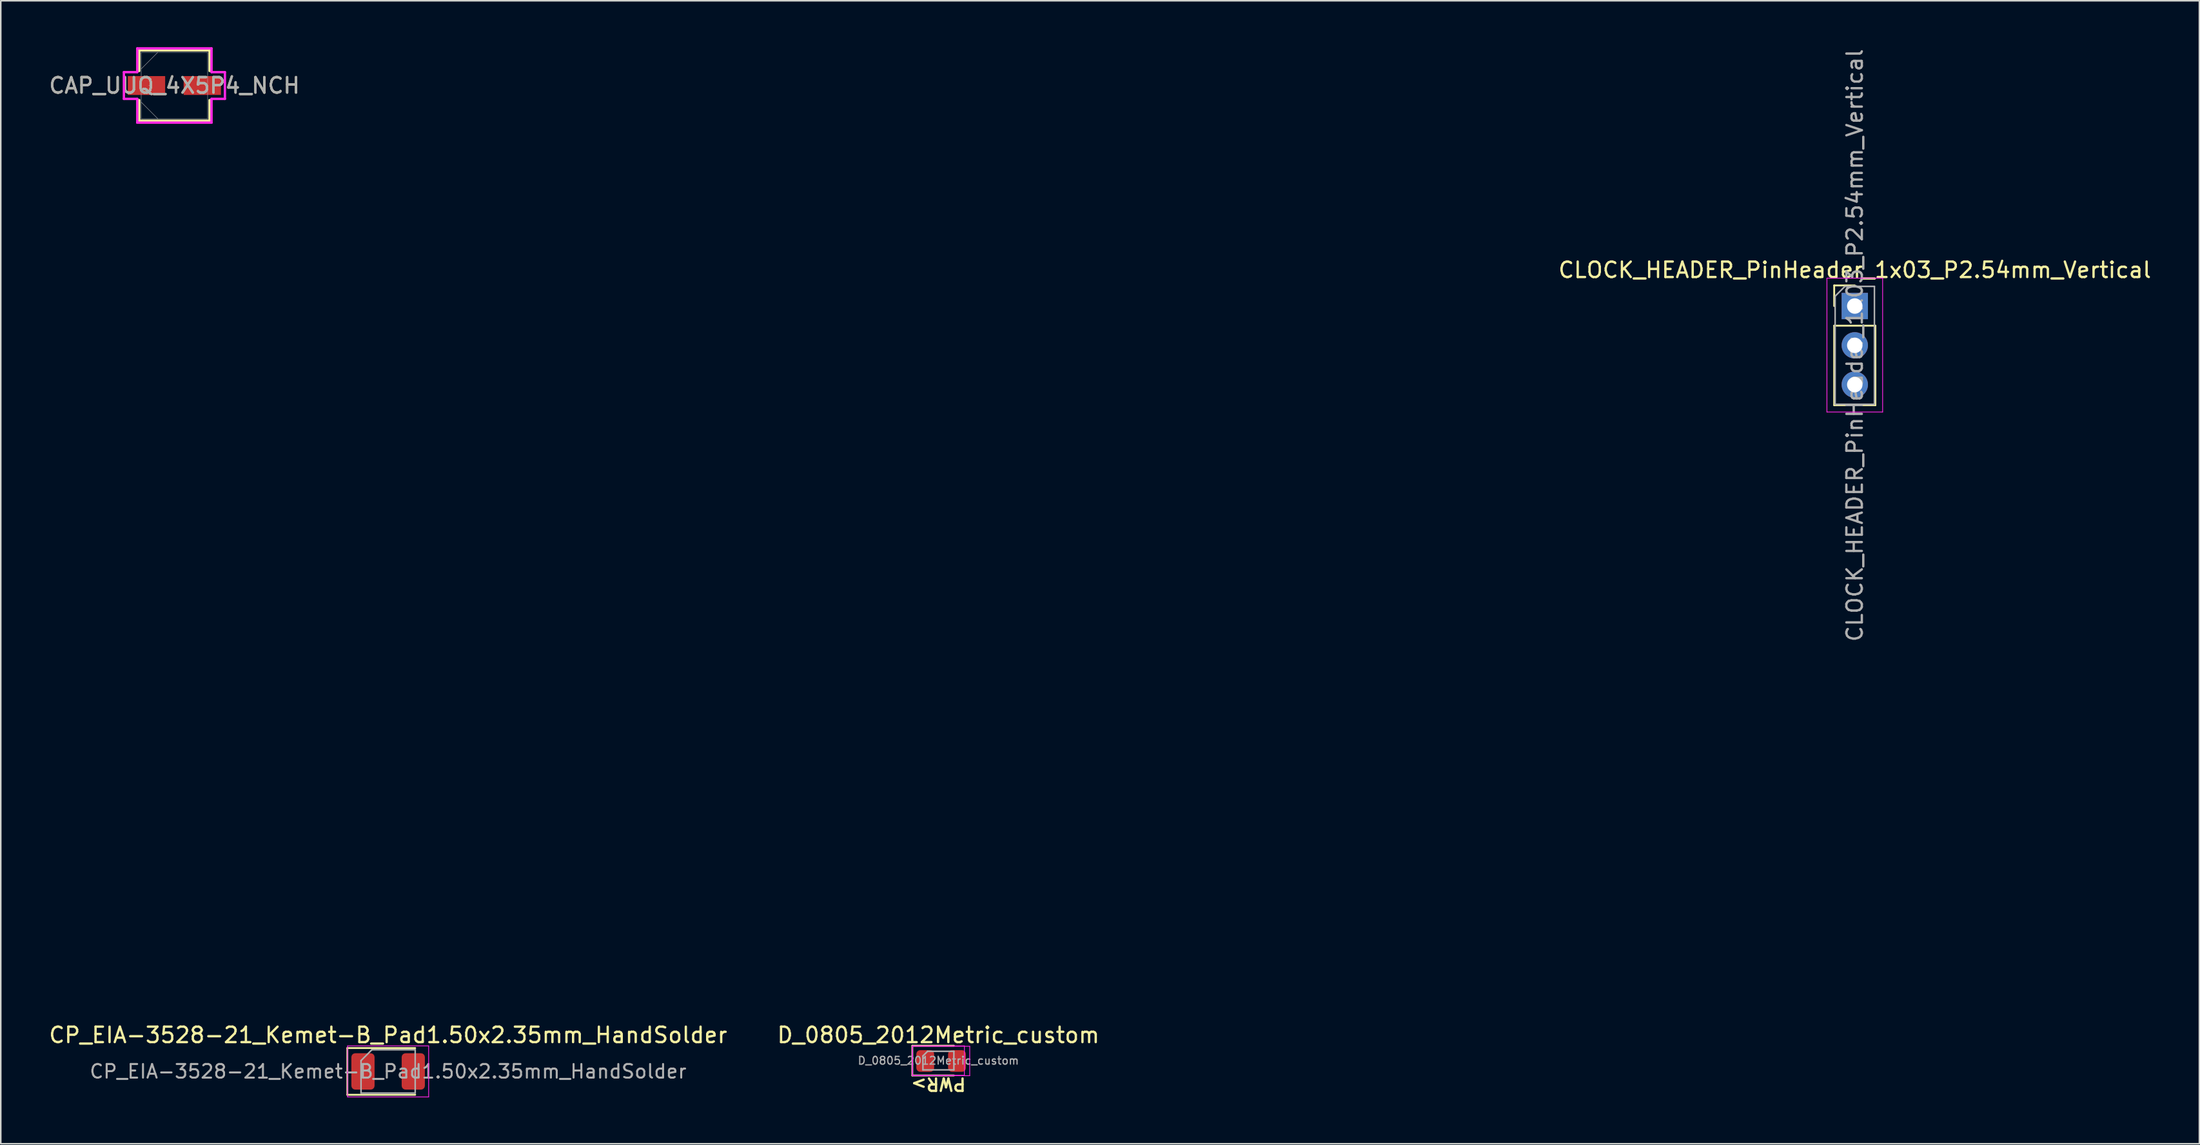
<source format=kicad_pcb>
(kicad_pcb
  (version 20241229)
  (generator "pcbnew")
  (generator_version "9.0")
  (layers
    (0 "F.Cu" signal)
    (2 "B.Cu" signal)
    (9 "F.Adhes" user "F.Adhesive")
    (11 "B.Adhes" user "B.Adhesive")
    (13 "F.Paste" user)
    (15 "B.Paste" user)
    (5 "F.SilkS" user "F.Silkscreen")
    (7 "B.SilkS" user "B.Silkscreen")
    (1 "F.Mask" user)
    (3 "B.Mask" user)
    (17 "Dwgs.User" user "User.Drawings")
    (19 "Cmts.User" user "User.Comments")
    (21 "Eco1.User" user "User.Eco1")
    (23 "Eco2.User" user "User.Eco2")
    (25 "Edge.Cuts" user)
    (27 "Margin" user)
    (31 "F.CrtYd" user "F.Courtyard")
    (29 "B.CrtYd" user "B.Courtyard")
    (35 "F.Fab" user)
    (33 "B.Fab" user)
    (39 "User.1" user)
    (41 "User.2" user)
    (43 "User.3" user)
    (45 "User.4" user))
  (footprint "D_0805_2012Metric_custom"
    (layer "F.Cu")
    (at 57.589 65.494)
    (property "Reference" "D_0805_2012Metric_custom" (at 0 -1.65 0) (layer "F.SilkS") (effects (font (size 1 1) (thickness 0.15))))
    (attr smd)
    (fp_line (start -1.685 -0.96) (end -1.685 0.96) (stroke (width 0.12) (type solid)) (layer "F.SilkS"))
    (fp_line (start -1.685 0.96) (end 1 0.96) (stroke (width 0.12) (type solid)) (layer "F.SilkS"))
    (fp_line (start 1 -0.96) (end -1.685 -0.96) (stroke (width 0.12) (type solid)) (layer "F.SilkS"))
    (fp_line (start -1.68 -0.95) (end 1.68 -0.95) (stroke (width 0.05) (type solid)) (layer "F.CrtYd"))
    (fp_line (start -1.68 0.95) (end -1.68 -0.95) (stroke (width 0.05) (type solid)) (layer "F.CrtYd"))
    (fp_line (start -1.675 -0.925) (end 2.025 -0.925) (stroke (width 0.05) (type solid)) (layer "F.CrtYd"))
    (fp_line (start -1.675 0.975) (end -1.675 -0.925) (stroke (width 0.05) (type solid)) (layer "F.CrtYd"))
    (fp_line (start 1.68 -0.95) (end 1.68 0.95) (stroke (width 0.05) (type solid)) (layer "F.CrtYd"))
    (fp_line (start 1.68 0.95) (end -1.68 0.95) (stroke (width 0.05) (type solid)) (layer "F.CrtYd"))
    (fp_line (start 2.025 -0.925) (end 2.025 0.975) (stroke (width 0.05) (type solid)) (layer "F.CrtYd"))
    (fp_line (start 2.025 0.975) (end -1.675 0.975) (stroke (width 0.05) (type solid)) (layer "F.CrtYd"))
    (fp_line (start -1 -0.3) (end -1 0.6) (stroke (width 0.1) (type solid)) (layer "F.Fab"))
    (fp_line (start -1 0.6) (end 1 0.6) (stroke (width 0.1) (type solid)) (layer "F.Fab"))
    (fp_line (start -0.7 -0.6) (end -1 -0.3) (stroke (width 0.1) (type solid)) (layer "F.Fab"))
    (fp_line (start 1 -0.6) (end -0.7 -0.6) (stroke (width 0.1) (type solid)) (layer "F.Fab"))
    (fp_line (start 1 0.6) (end 1 -0.6) (stroke (width 0.1) (type solid)) (layer "F.Fab"))
    (fp_text user "PWR>" (at 1.85 1.05 180) (unlocked yes) (layer "F.SilkS") (effects (font (size 0.8 0.8) (thickness 0.15)) (justify left bottom)))
    (fp_text user "${REFERENCE}" (at 0 0 0) (layer "F.Fab") (effects (font (size 0.5 0.5) (thickness 0.08))))
    (pad "1" smd roundrect (at -0.85 0.025) (size 1.15 1.4) (layers "F.Cu" "F.Mask" "F.Paste") (roundrect_rratio 0.217))
    (pad "2" smd roundrect (at 1.2 0.025) (size 1.15 1.4) (layers "F.Cu" "F.Mask" "F.Paste") (roundrect_rratio 0.217)))
  (footprint "CLOCK_HEADER_PinHeader_1x03_P2.54mm_Vertical"
    (layer "F.Cu")
    (at 116.806 16.728)
    (property "Reference" "CLOCK_HEADER_PinHeader_1x03_P2.54mm_Vertical" (at 0 -2.33 0) (layer "F.SilkS") (effects (font (size 1 1) (thickness 0.15))))
    (attr through_hole)
    (fp_line (start -1.33 -1.33) (end 0 -1.33) (stroke (width 0.12) (type solid)) (layer "F.SilkS"))
    (fp_line (start -1.33 0) (end -1.33 -1.33) (stroke (width 0.12) (type solid)) (layer "F.SilkS"))
    (fp_line (start -1.33 1.27) (end -1.33 6.41) (stroke (width 0.12) (type solid)) (layer "F.SilkS"))
    (fp_line (start -1.33 1.27) (end 1.33 1.27) (stroke (width 0.12) (type solid)) (layer "F.SilkS"))
    (fp_line (start -1.33 6.41) (end 1.33 6.41) (stroke (width 0.12) (type solid)) (layer "F.SilkS"))
    (fp_line (start 1.33 1.27) (end 1.33 6.41) (stroke (width 0.12) (type solid)) (layer "F.SilkS"))
    (fp_line (start -1.8 -1.8) (end -1.8 6.85) (stroke (width 0.05) (type solid)) (layer "F.CrtYd"))
    (fp_line (start -1.8 6.85) (end 1.8 6.85) (stroke (width 0.05) (type solid)) (layer "F.CrtYd"))
    (fp_line (start 1.8 -1.8) (end -1.8 -1.8) (stroke (width 0.05) (type solid)) (layer "F.CrtYd"))
    (fp_line (start 1.8 6.85) (end 1.8 -1.8) (stroke (width 0.05) (type solid)) (layer "F.CrtYd"))
    (fp_line (start -1.27 -0.635) (end -0.635 -1.27) (stroke (width 0.1) (type solid)) (layer "F.Fab"))
    (fp_line (start -1.27 6.35) (end -1.27 -0.635) (stroke (width 0.1) (type solid)) (layer "F.Fab"))
    (fp_line (start -0.635 -1.27) (end 1.27 -1.27) (stroke (width 0.1) (type solid)) (layer "F.Fab"))
    (fp_line (start 1.27 -1.27) (end 1.27 6.35) (stroke (width 0.1) (type solid)) (layer "F.Fab"))
    (fp_line (start 1.27 6.35) (end -1.27 6.35) (stroke (width 0.1) (type solid)) (layer "F.Fab"))
    (fp_text user "${REFERENCE}" (at 0 2.54 270) (layer "F.Fab") (effects (font (size 1 1) (thickness 0.15))))
    (pad "1" thru_hole rect (at 0 0) (size 1.7 1.7) (drill 1) (layers "*.Cu" "*.Mask"))
    (pad "2" thru_hole oval (at 0 2.54) (size 1.7 1.7) (drill 1) (layers "*.Cu" "*.Mask"))
    (pad "3" thru_hole oval (at 0 5.08) (size 1.7 1.7) (drill 1) (layers "*.Cu" "*.Mask")))
  (footprint "CAP_UUQ_4X5P4_NCH"
    (layer "F.Cu")
    (at 8.22 2.477)
    (property "Reference" "CAP_UUQ_4X5P4_NCH" (at 0 0 0) (unlocked yes) (layer "F.SilkS") (effects (font (size 1 1) (thickness 0.15))))
    (attr smd)
    (fp_line (start -2.273 -2.273) (end -2.273 -0.942) (stroke (width 0.152) (type solid)) (layer "F.SilkS"))
    (fp_line (start -2.273 0.942) (end -2.273 2.273) (stroke (width 0.152) (type solid)) (layer "F.SilkS"))
    (fp_line (start -2.273 2.273) (end 2.273 2.273) (stroke (width 0.152) (type solid)) (layer "F.SilkS"))
    (fp_line (start 2.273 -2.273) (end -2.273 -2.273) (stroke (width 0.152) (type solid)) (layer "F.SilkS"))
    (fp_line (start 2.273 -0.942) (end 2.273 -2.273) (stroke (width 0.152) (type solid)) (layer "F.SilkS"))
    (fp_line (start 2.273 2.273) (end 2.273 0.942) (stroke (width 0.152) (type solid)) (layer "F.SilkS"))
    (fp_line (start -3.264 -0.864) (end -2.4 -0.864) (stroke (width 0.152) (type solid)) (layer "F.CrtYd"))
    (fp_line (start -3.264 0.864) (end -3.264 -0.864) (stroke (width 0.152) (type solid)) (layer "F.CrtYd"))
    (fp_line (start -2.4 -2.4) (end 2.4 -2.4) (stroke (width 0.152) (type solid)) (layer "F.CrtYd"))
    (fp_line (start -2.4 -0.864) (end -2.4 -2.4) (stroke (width 0.152) (type solid)) (layer "F.CrtYd"))
    (fp_line (start -2.4 0.864) (end -3.264 0.864) (stroke (width 0.152) (type solid)) (layer "F.CrtYd"))
    (fp_line (start -2.4 2.4) (end -2.4 0.864) (stroke (width 0.152) (type solid)) (layer "F.CrtYd"))
    (fp_line (start 2.4 -2.4) (end 2.4 -0.864) (stroke (width 0.152) (type solid)) (layer "F.CrtYd"))
    (fp_line (start 2.4 -0.864) (end 3.264 -0.864) (stroke (width 0.152) (type solid)) (layer "F.CrtYd"))
    (fp_line (start 2.4 0.864) (end 2.4 2.4) (stroke (width 0.152) (type solid)) (layer "F.CrtYd"))
    (fp_line (start 2.4 2.4) (end -2.4 2.4) (stroke (width 0.152) (type solid)) (layer "F.CrtYd"))
    (fp_line (start 3.264 -0.864) (end 3.264 0.864) (stroke (width 0.152) (type solid)) (layer "F.CrtYd"))
    (fp_line (start 3.264 0.864) (end 2.4 0.864) (stroke (width 0.152) (type solid)) (layer "F.CrtYd"))
    (fp_line (start -2.146 -2.146) (end -2.146 2.146) (stroke (width 0.025) (type solid)) (layer "F.Fab"))
    (fp_line (start -2.146 -1.073) (end -1.073 -2.146) (stroke (width 0.025) (type solid)) (layer "F.Fab"))
    (fp_line (start -2.146 1.073) (end -1.073 2.146) (stroke (width 0.025) (type solid)) (layer "F.Fab"))
    (fp_line (start -2.146 2.146) (end 2.146 2.146) (stroke (width 0.025) (type solid)) (layer "F.Fab"))
    (fp_line (start 2.146 -2.146) (end -2.146 -2.146) (stroke (width 0.025) (type solid)) (layer "F.Fab"))
    (fp_line (start 2.146 2.146) (end 2.146 -2.146) (stroke (width 0.025) (type solid)) (layer "F.Fab"))
    (fp_circle (center -1.638 0) (end -1.638 0) (stroke (width 0.025) (type solid)) (fill no) (layer "F.Fab"))
    (fp_text user "${REFERENCE}" (at 0 0 0) (unlocked yes) (layer "F.Fab") (effects (font (size 1 1) (thickness 0.15))))
    (pad "1" smd rect (at -1.803 0) (size 2.413 1.219) (layers "F.Cu" "F.Mask" "F.Paste"))
    (pad "2" smd rect (at 1.803 0) (size 2.413 1.219) (layers "F.Cu" "F.Mask" "F.Paste"))
    (zone (net_name "") (layer "F.Cu") (hatch full 0.508) (connect_pads) (min_thickness 0.254) (filled_areas_thickness no) (keepout (tracks not_allowed) (vias not_allowed) (pads allowed) (copperpour not_allowed) (footprints allowed)) (placement (enabled no)) (fill) (polygon (pts (xy 90.348 55.805) (xy 94.539 55.805) (xy 94.539 57.24) (xy 90.348 57.24))))
    (zone (net_name "") (layer "F.Cu") (hatch full 0.508) (connect_pads) (min_thickness 0.254) (filled_areas_thickness no) (keepout (tracks not_allowed) (vias not_allowed) (pads allowed) (copperpour not_allowed) (footprints allowed)) (placement (enabled no)) (fill) (polygon (pts (xy 90.348 58.561) (xy 94.539 58.561) (xy 94.539 59.996) (xy 90.348 59.996))))
    (zone (net_name "") (layer "F.Cu") (hatch full 0.508) (connect_pads) (min_thickness 0.254) (filled_areas_thickness no) (keepout (tracks not_allowed) (vias not_allowed) (pads allowed) (copperpour not_allowed) (footprints allowed)) (placement (enabled no)) (fill) (polygon (pts (xy 91.897 57.24) (xy 92.989 57.24) (xy 92.989 58.561) (xy 91.897 58.561)))))
  (footprint "CP_EIA-3528-21_Kemet-B_Pad1.50x2.35mm_HandSolder"
    (layer "F.Cu")
    (at 22.03 66.194)
    (property "Reference" "CP_EIA-3528-21_Kemet-B_Pad1.50x2.35mm_HandSolder" (at 0 -2.35 180) (layer "F.SilkS") (effects (font (size 1 1) (thickness 0.15))))
    (attr smd)
    (fp_line (start -2.635 -1.51) (end -2.635 1.51) (stroke (width 0.12) (type solid)) (layer "F.SilkS"))
    (fp_line (start -2.635 1.51) (end 1.75 1.51) (stroke (width 0.12) (type solid)) (layer "F.SilkS"))
    (fp_line (start 1.75 -1.51) (end -2.635 -1.51) (stroke (width 0.12) (type solid)) (layer "F.SilkS"))
    (fp_line (start -2.62 -1.65) (end 2.62 -1.65) (stroke (width 0.05) (type solid)) (layer "F.CrtYd"))
    (fp_line (start -2.62 1.65) (end -2.62 -1.65) (stroke (width 0.05) (type solid)) (layer "F.CrtYd"))
    (fp_line (start 2.62 -1.65) (end 2.62 1.65) (stroke (width 0.05) (type solid)) (layer "F.CrtYd"))
    (fp_line (start 2.62 1.65) (end -2.62 1.65) (stroke (width 0.05) (type solid)) (layer "F.CrtYd"))
    (fp_line (start -1.75 -0.7) (end -1.75 1.4) (stroke (width 0.1) (type solid)) (layer "F.Fab"))
    (fp_line (start -1.75 1.4) (end 1.75 1.4) (stroke (width 0.1) (type solid)) (layer "F.Fab"))
    (fp_line (start -1.05 -1.4) (end -1.75 -0.7) (stroke (width 0.1) (type solid)) (layer "F.Fab"))
    (fp_line (start 1.75 -1.4) (end -1.05 -1.4) (stroke (width 0.1) (type solid)) (layer "F.Fab"))
    (fp_line (start 1.75 1.4) (end 1.75 -1.4) (stroke (width 0.1) (type solid)) (layer "F.Fab"))
    (fp_text user "${REFERENCE}" (at 0 0 180) (layer "F.Fab") (effects (font (size 0.88 0.88) (thickness 0.13))))
    (pad "1" smd roundrect (at -1.625 0) (size 1.5 2.35) (layers "F.Cu" "F.Mask" "F.Paste") (roundrect_rratio 0.167))
    (pad "2" smd roundrect (at 1.625 0) (size 1.5 2.35) (layers "F.Cu" "F.Mask" "F.Paste") (roundrect_rratio 0.167)))
  (gr_rect
    (start -3 -3)
    (end 139.074 70.869)
    (stroke (width 0.1) (type default))
    (fill no)
    (layer "Edge.Cuts")))
</source>
